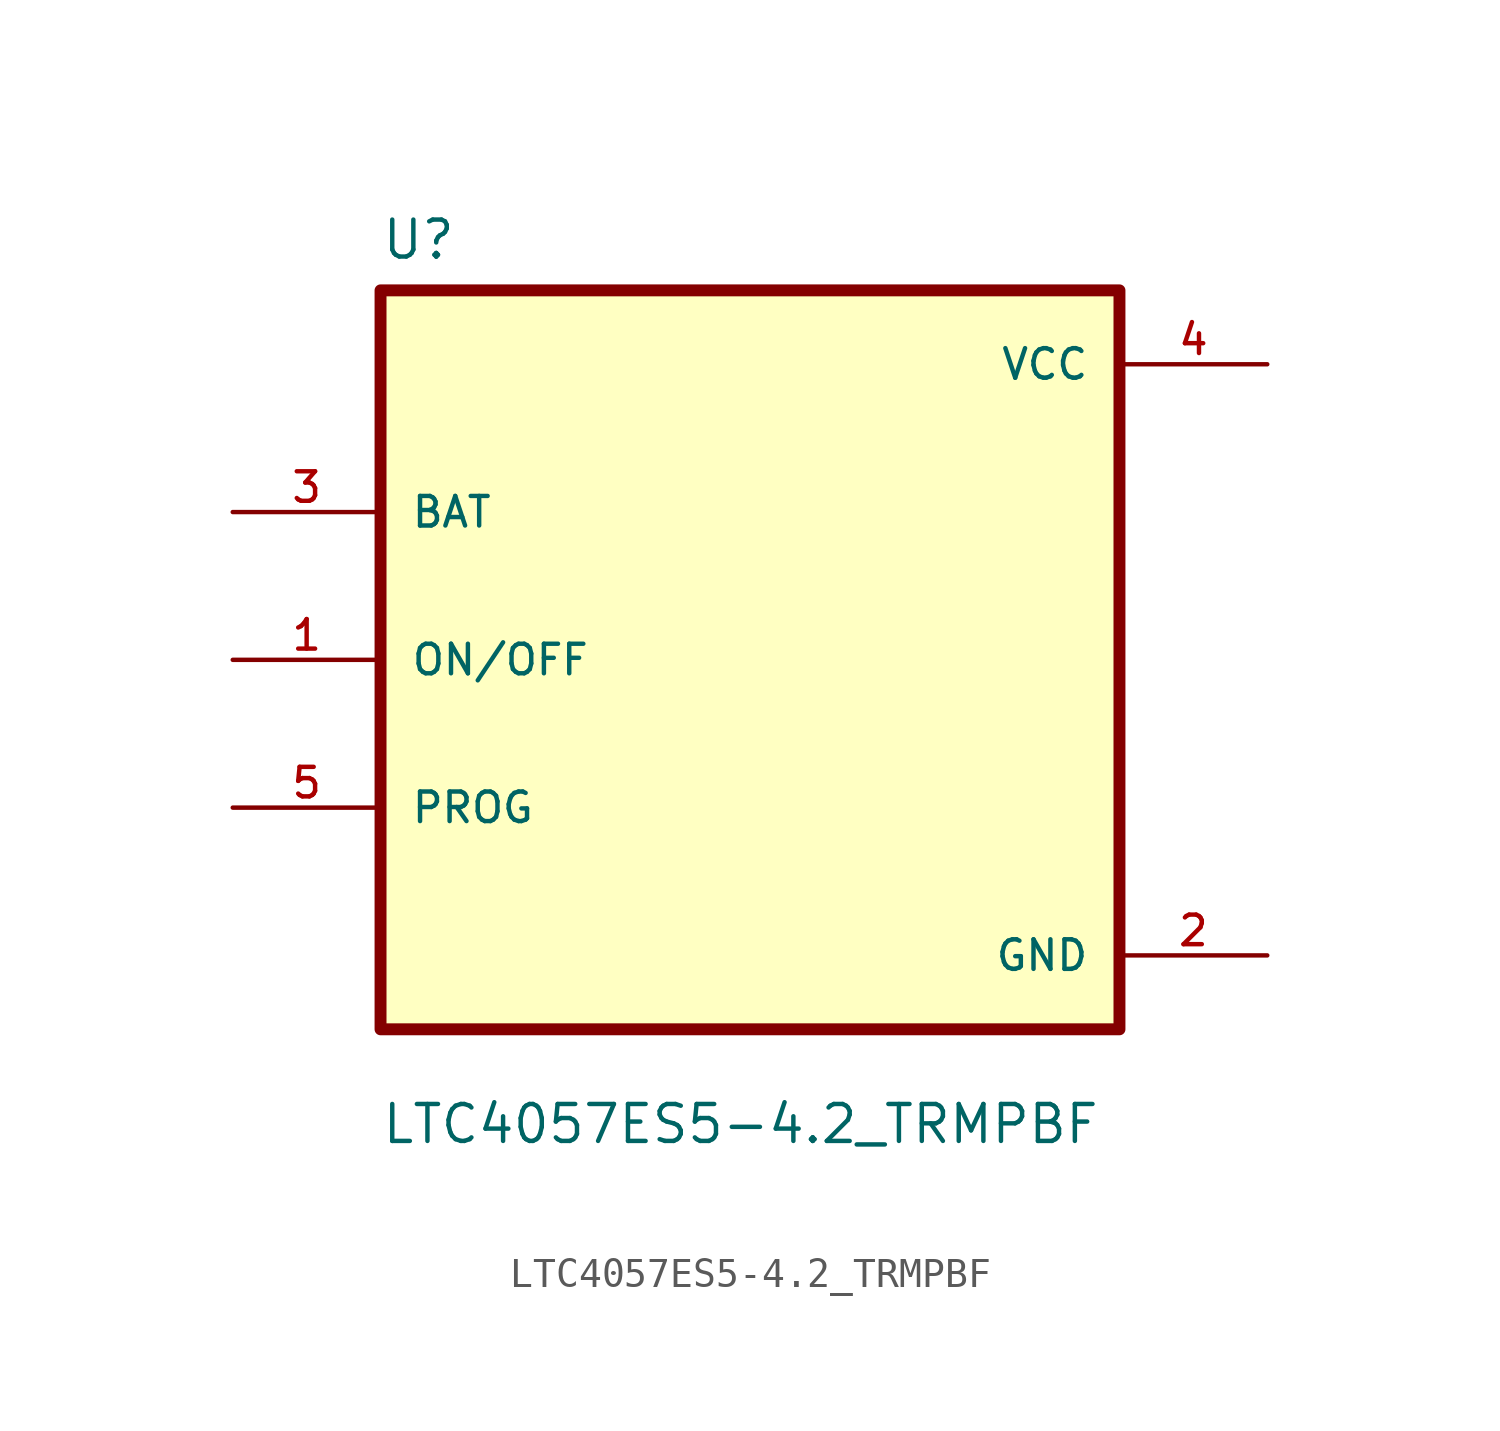
<source format=kicad_sym>
(kicad_symbol_lib
  (version 20211014)
  (generator kicad_symbol_editor)
  (symbol "LTC4057ES5-4.2_TRMPBF"
    (pin_names
      (offset 1.016))
    (property "Reference" "U"
      (at -12.7 13.7 0.0)
      (effects (font (size 1.27 1.27)) (justify bottom left)))
    (property "Value" "LTC4057ES5-4.2_TRMPBF"
      (at -12.7 -16.7 0.0)
      (effects (font (size 1.27 1.27)) (justify bottom left)))
    (symbol "LTC4057ES5-4.2_TRMPBF_0_0"
      (rectangle (start -12.7 -12.7) (end 12.7 12.7) (stroke (width 0.41)) (fill (type background)))
      (pin bidirectional line (at -17.78 5.08 0) (length 5.08) (name "BAT" (effects (font (size 1.016 1.016)))) (number "3" (effects (font (size 1.016 1.016)))))
      (pin bidirectional line (at -17.78 -8.881784197e-16 0) (length 5.08) (name "ON/OFF" (effects (font (size 1.016 1.016)))) (number "1" (effects (font (size 1.016 1.016)))))
      (pin bidirectional line (at -17.78 -5.08 0) (length 5.08) (name "PROG" (effects (font (size 1.016 1.016)))) (number "5" (effects (font (size 1.016 1.016)))))
      (pin power_in line (at 17.78 10.16 180.0) (length 5.08) (name "VCC" (effects (font (size 1.016 1.016)))) (number "4" (effects (font (size 1.016 1.016)))))
      (pin power_in line (at 17.78 -10.16 180.0) (length 5.08) (name "GND" (effects (font (size 1.016 1.016)))) (number "2" (effects (font (size 1.016 1.016))))))))
</source>
